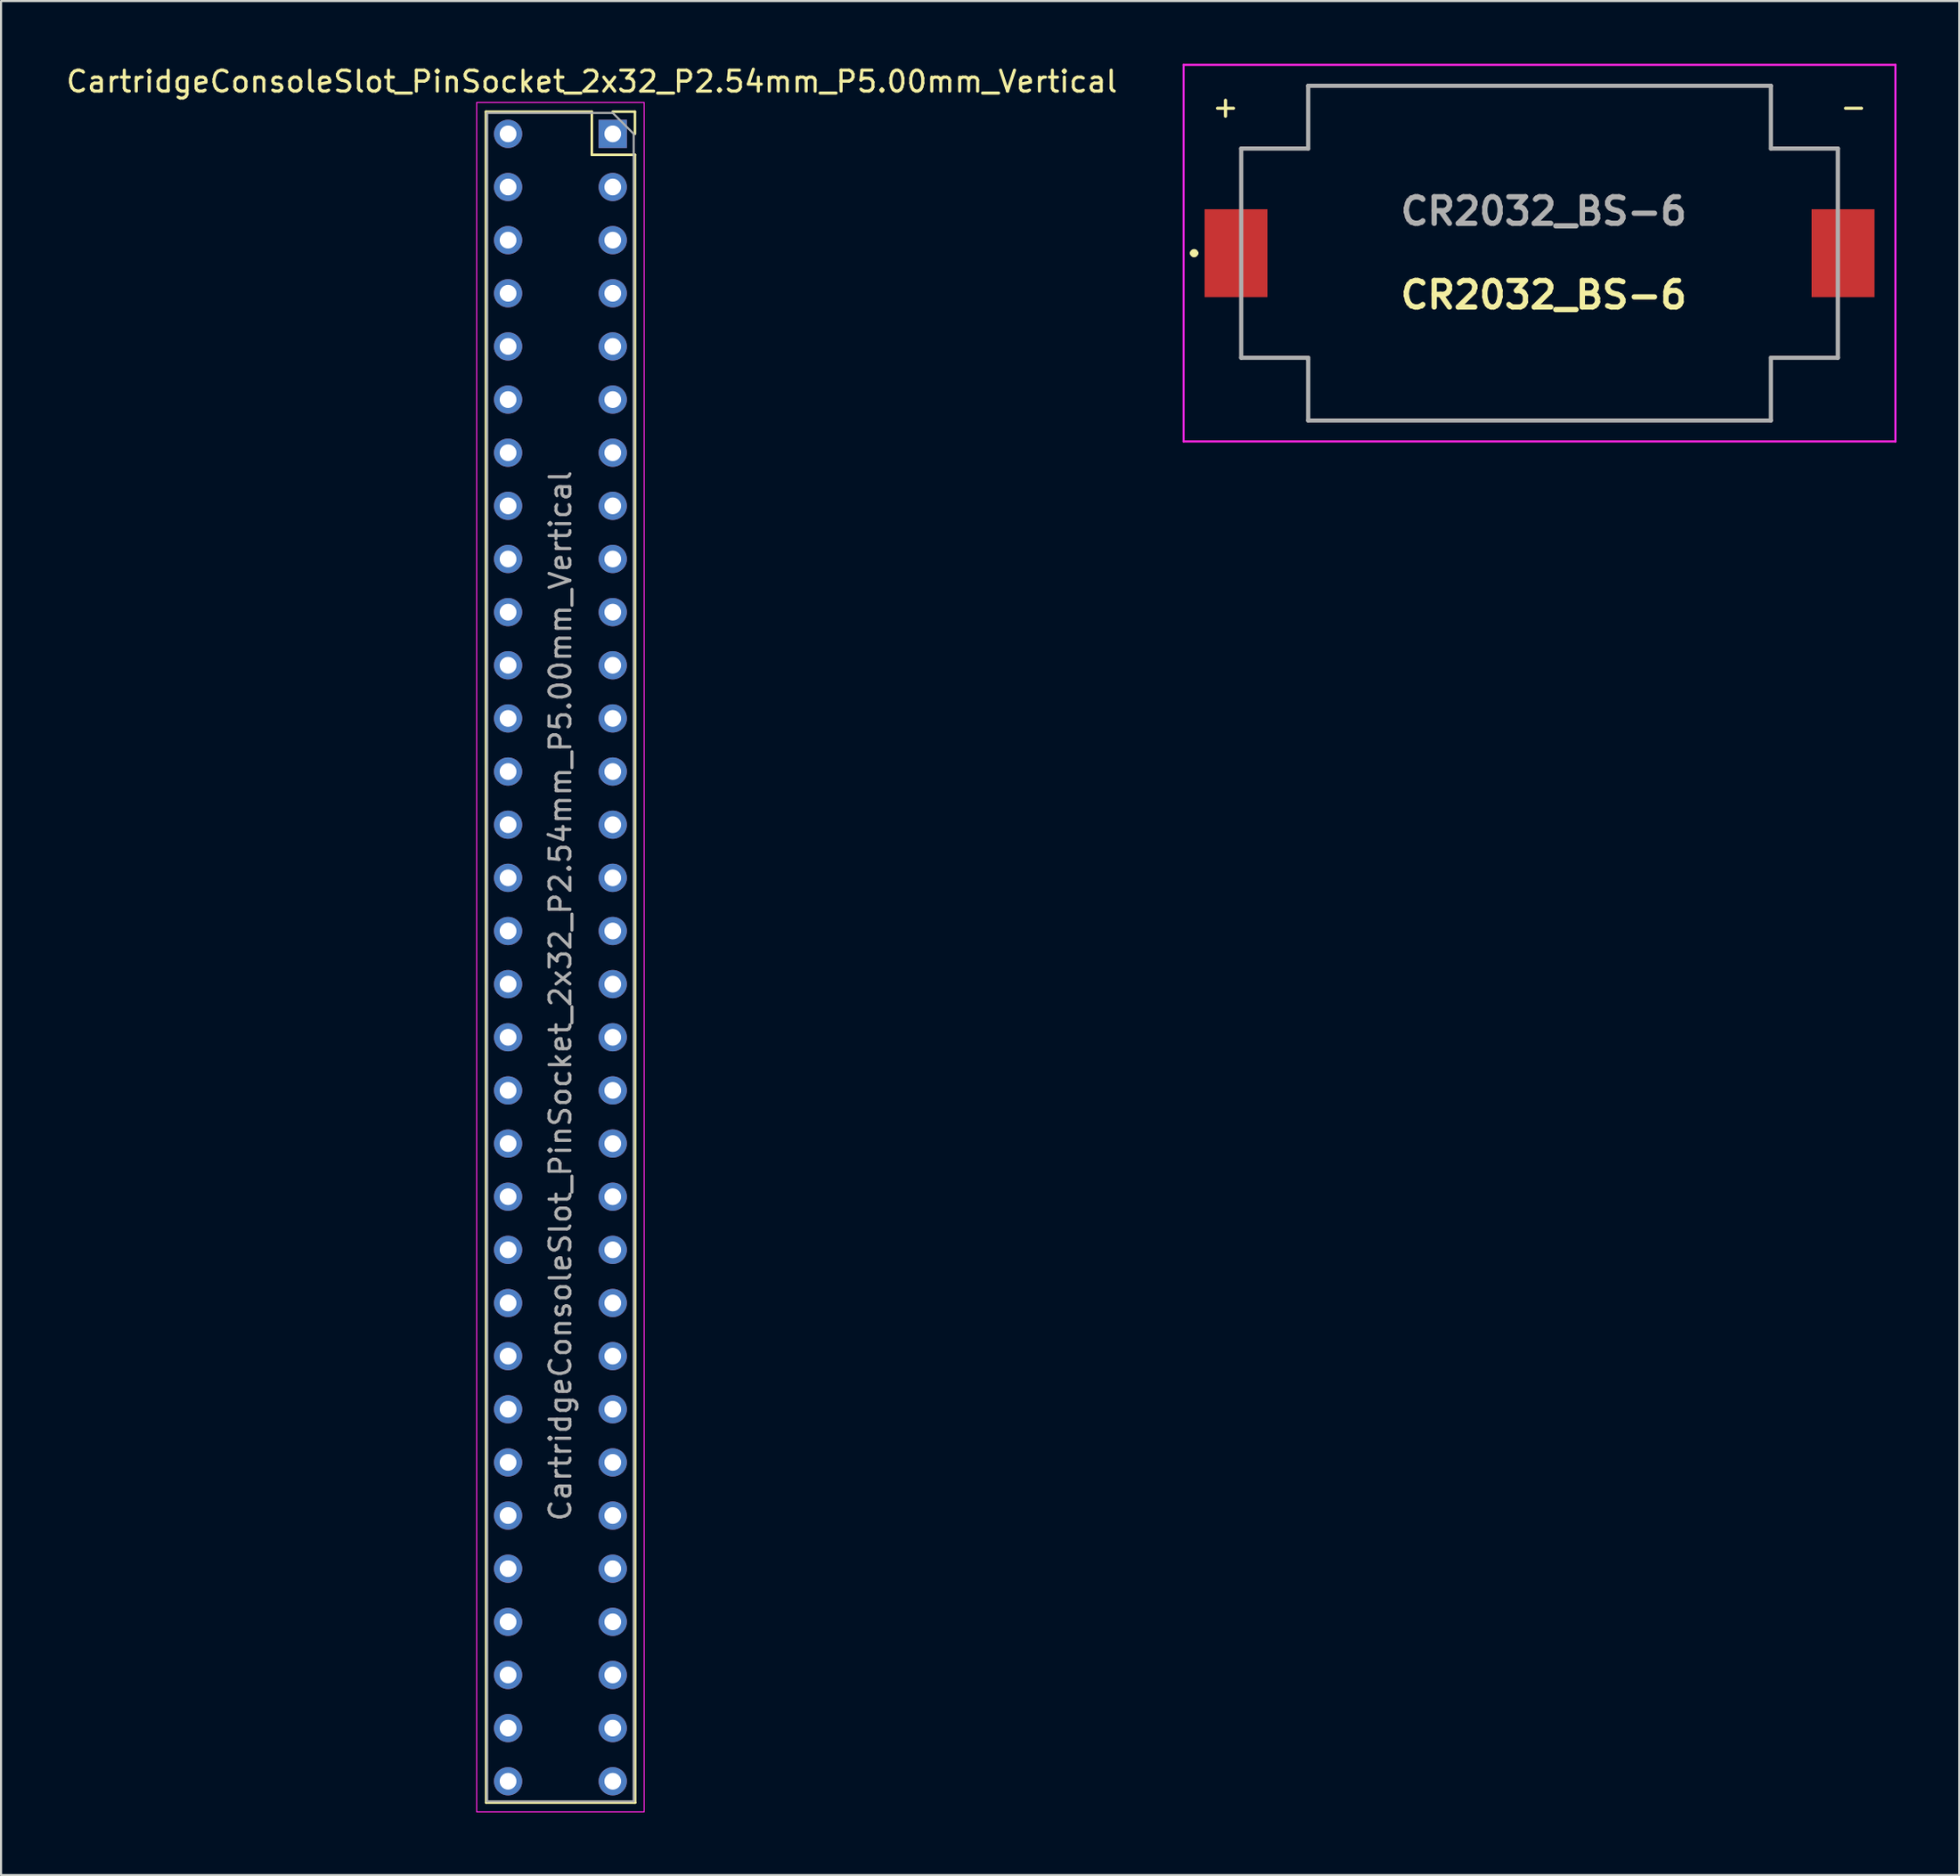
<source format=kicad_pcb>
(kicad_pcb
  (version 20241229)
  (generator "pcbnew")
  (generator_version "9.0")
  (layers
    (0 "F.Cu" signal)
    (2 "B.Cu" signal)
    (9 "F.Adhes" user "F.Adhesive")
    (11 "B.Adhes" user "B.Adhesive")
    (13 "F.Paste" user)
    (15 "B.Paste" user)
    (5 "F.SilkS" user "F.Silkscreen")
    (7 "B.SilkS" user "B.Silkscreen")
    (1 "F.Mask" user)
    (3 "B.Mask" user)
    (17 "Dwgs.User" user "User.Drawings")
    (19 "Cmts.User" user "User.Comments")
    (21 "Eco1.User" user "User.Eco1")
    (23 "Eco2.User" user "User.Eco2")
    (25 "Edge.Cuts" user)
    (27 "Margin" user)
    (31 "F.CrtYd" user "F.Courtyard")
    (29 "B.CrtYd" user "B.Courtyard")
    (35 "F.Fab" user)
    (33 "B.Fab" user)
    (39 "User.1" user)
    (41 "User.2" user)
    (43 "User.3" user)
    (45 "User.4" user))
  (footprint "CartridgeConsoleSlot_PinSocket_2x32_P2.54mm_P5.00mm_Vertical"
    (layer "F.Cu")
    (at 26.22 3.348)
    (property "Reference" "CartridgeConsoleSlot_PinSocket_2x32_P2.54mm_P5.00mm_Vertical" (at -1 -2.5 0) (layer "F.SilkS") (effects (font (size 1 1) (thickness 0.15))))
    (attr through_hole)
    (fp_line (start -6.06 -1.06) (end -6.05 79.76) (stroke (width 0.12) (type solid)) (layer "F.SilkS"))
    (fp_line (start -6.06 -1.06) (end -1 -1.06) (stroke (width 0.12) (type solid)) (layer "F.SilkS"))
    (fp_line (start -6.05 79.76) (end 1.07 79.76) (stroke (width 0.12) (type solid)) (layer "F.SilkS"))
    (fp_line (start -1 -1.06) (end -1 1) (stroke (width 0.12) (type solid)) (layer "F.SilkS"))
    (fp_line (start -1 1) (end 1.06 1) (stroke (width 0.12) (type solid)) (layer "F.SilkS"))
    (fp_line (start 0 -1.06) (end 1.06 -1.06) (stroke (width 0.12) (type solid)) (layer "F.SilkS"))
    (fp_line (start 1.06 -1.06) (end 1.06 0) (stroke (width 0.12) (type solid)) (layer "F.SilkS"))
    (fp_line (start 1.06 1) (end 1.07 79.76) (stroke (width 0.12) (type solid)) (layer "F.SilkS"))
    (fp_line (start -6.5 -1.5) (end 1.5 -1.5) (stroke (width 0.05) (type solid)) (layer "F.CrtYd"))
    (fp_line (start -6.5 80.2) (end -6.5 -1.5) (stroke (width 0.05) (type solid)) (layer "F.CrtYd"))
    (fp_line (start 1.5 -1.5) (end 1.5 80.2) (stroke (width 0.05) (type solid)) (layer "F.CrtYd"))
    (fp_line (start 1.5 80.2) (end -6.5 80.2) (stroke (width 0.05) (type solid)) (layer "F.CrtYd"))
    (fp_line (start -6 -1) (end 0 -1) (stroke (width 0.1) (type solid)) (layer "F.Fab"))
    (fp_line (start -6 79.7) (end -6 -1) (stroke (width 0.1) (type solid)) (layer "F.Fab"))
    (fp_line (start 0 -1) (end 1 0) (stroke (width 0.1) (type solid)) (layer "F.Fab"))
    (fp_line (start 1 0) (end 1 79.7) (stroke (width 0.1) (type solid)) (layer "F.Fab"))
    (fp_line (start 1 79.7) (end -6 79.7) (stroke (width 0.1) (type solid)) (layer "F.Fab"))
    (fp_text user "${REFERENCE}" (at -2.5 41.2 90) (layer "F.Fab") (effects (font (size 1 1) (thickness 0.15))))
    (pad "A1" thru_hole rect (at 0 0) (size 1.35 1.35) (drill 0.8) (layers "*.Cu" "*.Mask"))
    (pad "A2" thru_hole oval (at 0 2.54) (size 1.35 1.35) (drill 0.8) (layers "*.Cu" "*.Mask"))
    (pad "A3" thru_hole oval (at 0 5.08) (size 1.35 1.35) (drill 0.8) (layers "*.Cu" "*.Mask"))
    (pad "A4" thru_hole oval (at 0 7.62) (size 1.35 1.35) (drill 0.8) (layers "*.Cu" "*.Mask"))
    (pad "A5" thru_hole oval (at 0 10.16) (size 1.35 1.35) (drill 0.8) (layers "*.Cu" "*.Mask"))
    (pad "A6" thru_hole oval (at 0 12.7) (size 1.35 1.35) (drill 0.8) (layers "*.Cu" "*.Mask"))
    (pad "A7" thru_hole oval (at 0 15.24) (size 1.35 1.35) (drill 0.8) (layers "*.Cu" "*.Mask"))
    (pad "A8" thru_hole oval (at 0 17.78) (size 1.35 1.35) (drill 0.8) (layers "*.Cu" "*.Mask"))
    (pad "A9" thru_hole oval (at 0 20.32) (size 1.35 1.35) (drill 0.8) (layers "*.Cu" "*.Mask"))
    (pad "A10" thru_hole oval (at 0 22.86) (size 1.35 1.35) (drill 0.8) (layers "*.Cu" "*.Mask"))
    (pad "A11" thru_hole oval (at 0 25.4) (size 1.35 1.35) (drill 0.8) (layers "*.Cu" "*.Mask"))
    (pad "A12" thru_hole oval (at 0 27.94) (size 1.35 1.35) (drill 0.8) (layers "*.Cu" "*.Mask"))
    (pad "A13" thru_hole oval (at 0 30.48) (size 1.35 1.35) (drill 0.8) (layers "*.Cu" "*.Mask"))
    (pad "A14" thru_hole oval (at 0 33.02) (size 1.35 1.35) (drill 0.8) (layers "*.Cu" "*.Mask"))
    (pad "A15" thru_hole oval (at 0 35.56) (size 1.35 1.35) (drill 0.8) (layers "*.Cu" "*.Mask"))
    (pad "A16" thru_hole oval (at 0 38.1) (size 1.35 1.35) (drill 0.8) (layers "*.Cu" "*.Mask"))
    (pad "A17" thru_hole oval (at 0 40.64) (size 1.35 1.35) (drill 0.8) (layers "*.Cu" "*.Mask"))
    (pad "A18" thru_hole oval (at 0 43.18) (size 1.35 1.35) (drill 0.8) (layers "*.Cu" "*.Mask"))
    (pad "A19" thru_hole oval (at 0 45.72) (size 1.35 1.35) (drill 0.8) (layers "*.Cu" "*.Mask"))
    (pad "A20" thru_hole oval (at 0 48.26) (size 1.35 1.35) (drill 0.8) (layers "*.Cu" "*.Mask"))
    (pad "A21" thru_hole oval (at 0 50.8) (size 1.35 1.35) (drill 0.8) (layers "*.Cu" "*.Mask"))
    (pad "A22" thru_hole oval (at 0 53.34) (size 1.35 1.35) (drill 0.8) (layers "*.Cu" "*.Mask"))
    (pad "A23" thru_hole oval (at 0 55.88) (size 1.35 1.35) (drill 0.8) (layers "*.Cu" "*.Mask"))
    (pad "A24" thru_hole oval (at 0 58.42) (size 1.35 1.35) (drill 0.8) (layers "*.Cu" "*.Mask"))
    (pad "A25" thru_hole oval (at 0 60.96) (size 1.35 1.35) (drill 0.8) (layers "*.Cu" "*.Mask"))
    (pad "A26" thru_hole oval (at 0 63.5) (size 1.35 1.35) (drill 0.8) (layers "*.Cu" "*.Mask"))
    (pad "A27" thru_hole oval (at 0 66.04) (size 1.35 1.35) (drill 0.8) (layers "*.Cu" "*.Mask"))
    (pad "A28" thru_hole oval (at 0 68.58) (size 1.35 1.35) (drill 0.8) (layers "*.Cu" "*.Mask"))
    (pad "A29" thru_hole oval (at 0 71.12) (size 1.35 1.35) (drill 0.8) (layers "*.Cu" "*.Mask"))
    (pad "A30" thru_hole oval (at 0 73.66) (size 1.35 1.35) (drill 0.8) (layers "*.Cu" "*.Mask"))
    (pad "A31" thru_hole oval (at 0 76.2) (size 1.35 1.35) (drill 0.8) (layers "*.Cu" "*.Mask"))
    (pad "A32" thru_hole oval (at 0 78.74) (size 1.35 1.35) (drill 0.8) (layers "*.Cu" "*.Mask"))
    (pad "B1" thru_hole oval (at -5 0) (size 1.35 1.35) (drill 0.8) (layers "*.Cu" "*.Mask"))
    (pad "B2" thru_hole oval (at -5 2.54) (size 1.35 1.35) (drill 0.8) (layers "*.Cu" "*.Mask"))
    (pad "B3" thru_hole oval (at -5 5.08) (size 1.35 1.35) (drill 0.8) (layers "*.Cu" "*.Mask"))
    (pad "B4" thru_hole oval (at -5 7.62) (size 1.35 1.35) (drill 0.8) (layers "*.Cu" "*.Mask"))
    (pad "B5" thru_hole oval (at -5 10.16) (size 1.35 1.35) (drill 0.8) (layers "*.Cu" "*.Mask"))
    (pad "B6" thru_hole oval (at -5 12.7) (size 1.35 1.35) (drill 0.8) (layers "*.Cu" "*.Mask"))
    (pad "B7" thru_hole oval (at -5 15.24) (size 1.35 1.35) (drill 0.8) (layers "*.Cu" "*.Mask"))
    (pad "B8" thru_hole oval (at -5 17.78) (size 1.35 1.35) (drill 0.8) (layers "*.Cu" "*.Mask"))
    (pad "B9" thru_hole oval (at -5 20.32) (size 1.35 1.35) (drill 0.8) (layers "*.Cu" "*.Mask"))
    (pad "B10" thru_hole oval (at -5 22.86) (size 1.35 1.35) (drill 0.8) (layers "*.Cu" "*.Mask"))
    (pad "B11" thru_hole oval (at -5 25.4) (size 1.35 1.35) (drill 0.8) (layers "*.Cu" "*.Mask"))
    (pad "B12" thru_hole oval (at -5 27.94) (size 1.35 1.35) (drill 0.8) (layers "*.Cu" "*.Mask"))
    (pad "B13" thru_hole oval (at -5 30.48) (size 1.35 1.35) (drill 0.8) (layers "*.Cu" "*.Mask"))
    (pad "B14" thru_hole oval (at -5 33.02) (size 1.35 1.35) (drill 0.8) (layers "*.Cu" "*.Mask"))
    (pad "B15" thru_hole oval (at -5 35.56) (size 1.35 1.35) (drill 0.8) (layers "*.Cu" "*.Mask"))
    (pad "B16" thru_hole oval (at -5 38.1) (size 1.35 1.35) (drill 0.8) (layers "*.Cu" "*.Mask"))
    (pad "B17" thru_hole oval (at -5 40.64) (size 1.35 1.35) (drill 0.8) (layers "*.Cu" "*.Mask"))
    (pad "B18" thru_hole oval (at -5 43.18) (size 1.35 1.35) (drill 0.8) (layers "*.Cu" "*.Mask"))
    (pad "B19" thru_hole oval (at -5 45.72) (size 1.35 1.35) (drill 0.8) (layers "*.Cu" "*.Mask"))
    (pad "B20" thru_hole oval (at -5 48.26) (size 1.35 1.35) (drill 0.8) (layers "*.Cu" "*.Mask"))
    (pad "B21" thru_hole oval (at -5 50.8) (size 1.35 1.35) (drill 0.8) (layers "*.Cu" "*.Mask"))
    (pad "B22" thru_hole oval (at -5 53.34) (size 1.35 1.35) (drill 0.8) (layers "*.Cu" "*.Mask"))
    (pad "B23" thru_hole oval (at -5 55.88) (size 1.35 1.35) (drill 0.8) (layers "*.Cu" "*.Mask"))
    (pad "B24" thru_hole oval (at -5 58.42) (size 1.35 1.35) (drill 0.8) (layers "*.Cu" "*.Mask"))
    (pad "B25" thru_hole oval (at -5 60.96) (size 1.35 1.35) (drill 0.8) (layers "*.Cu" "*.Mask"))
    (pad "B26" thru_hole oval (at -5 63.5) (size 1.35 1.35) (drill 0.8) (layers "*.Cu" "*.Mask"))
    (pad "B27" thru_hole oval (at -5 66.04) (size 1.35 1.35) (drill 0.8) (layers "*.Cu" "*.Mask"))
    (pad "B28" thru_hole oval (at -5 68.58) (size 1.35 1.35) (drill 0.8) (layers "*.Cu" "*.Mask"))
    (pad "B29" thru_hole oval (at -5 71.12) (size 1.35 1.35) (drill 0.8) (layers "*.Cu" "*.Mask"))
    (pad "B30" thru_hole oval (at -5 73.66) (size 1.35 1.35) (drill 0.8) (layers "*.Cu" "*.Mask"))
    (pad "B31" thru_hole oval (at -5 76.2) (size 1.35 1.35) (drill 0.8) (layers "*.Cu" "*.Mask"))
    (pad "B32" thru_hole oval (at -5 78.74) (size 1.35 1.35) (drill 0.8) (layers "*.Cu" "*.Mask")))
  (footprint "CR2032_BS-6"
    (layer "F.Cu")
    (at 70.49 9.05)
    (property "Reference" "CR2032_BS-6" (at 0.2 2 180) (layer "F.SilkS") (effects (font (size 1.27 1.27) (thickness 0.254))))
    (attr smd)
    (fp_line (start -16.6 0) (end -16.6 0) (stroke (width 0.2) (type solid)) (layer "F.SilkS"))
    (fp_line (start -16.4 0) (end -16.4 0) (stroke (width 0.2) (type solid)) (layer "F.SilkS"))
    (fp_line (start -14.25 -5) (end -14.25 -2.54) (stroke (width 0.1) (type solid)) (layer "F.SilkS"))
    (fp_line (start -14.25 2.54) (end -14.25 5) (stroke (width 0.1) (type solid)) (layer "F.SilkS"))
    (fp_line (start -14.25 5) (end -11.05 5) (stroke (width 0.1) (type solid)) (layer "F.SilkS"))
    (fp_line (start -11.05 -8) (end -11.05 -5) (stroke (width 0.1) (type solid)) (layer "F.SilkS"))
    (fp_line (start -11.05 -5) (end -14.25 -5) (stroke (width 0.1) (type solid)) (layer "F.SilkS"))
    (fp_line (start -11.05 5) (end -11.05 8) (stroke (width 0.1) (type solid)) (layer "F.SilkS"))
    (fp_line (start -11.05 8) (end 11.05 8) (stroke (width 0.1) (type solid)) (layer "F.SilkS"))
    (fp_line (start 11.05 -8) (end -11.05 -8) (stroke (width 0.1) (type solid)) (layer "F.SilkS"))
    (fp_line (start 11.05 -5) (end 11.05 -8) (stroke (width 0.1) (type solid)) (layer "F.SilkS"))
    (fp_line (start 11.05 5) (end 14.25 5) (stroke (width 0.1) (type solid)) (layer "F.SilkS"))
    (fp_line (start 11.05 5.08) (end 11.05 5) (stroke (width 0.1) (type solid)) (layer "F.SilkS"))
    (fp_line (start 11.05 8) (end 11.05 5.08) (stroke (width 0.1) (type solid)) (layer "F.SilkS"))
    (fp_line (start 14.25 -5) (end 11.05 -5) (stroke (width 0.1) (type solid)) (layer "F.SilkS"))
    (fp_line (start 14.25 -2.54) (end 14.25 -5) (stroke (width 0.1) (type solid)) (layer "F.SilkS"))
    (fp_line (start 14.25 5) (end 14.25 2.54) (stroke (width 0.1) (type solid)) (layer "F.SilkS"))
    (fp_arc (start -16.6 0) (mid -16.5 -0.1) (end -16.4 0) (stroke (width 0.2) (type solid)) (layer "F.SilkS"))
    (fp_arc (start -16.4 0) (mid -16.5 0.1) (end -16.6 0) (stroke (width 0.2) (type solid)) (layer "F.SilkS"))
    (fp_line (start -17 -9) (end 17 -9) (stroke (width 0.1) (type solid)) (layer "F.CrtYd"))
    (fp_line (start -17 9) (end -17 -9) (stroke (width 0.1) (type solid)) (layer "F.CrtYd"))
    (fp_line (start 17 -9) (end 17 9) (stroke (width 0.1) (type solid)) (layer "F.CrtYd"))
    (fp_line (start 17 9) (end -17 9) (stroke (width 0.1) (type solid)) (layer "F.CrtYd"))
    (fp_line (start -14.25 -5) (end -11.05 -5) (stroke (width 0.2) (type solid)) (layer "F.Fab"))
    (fp_line (start -14.25 5) (end -14.25 -5) (stroke (width 0.2) (type solid)) (layer "F.Fab"))
    (fp_line (start -11.05 -8) (end 11.05 -8) (stroke (width 0.2) (type solid)) (layer "F.Fab"))
    (fp_line (start -11.05 -5) (end -11.05 -8) (stroke (width 0.2) (type solid)) (layer "F.Fab"))
    (fp_line (start -11.05 5) (end -14.25 5) (stroke (width 0.2) (type solid)) (layer "F.Fab"))
    (fp_line (start -11.05 5.08) (end -11.05 5) (stroke (width 0.2) (type solid)) (layer "F.Fab"))
    (fp_line (start -11.05 8) (end -11.05 5.08) (stroke (width 0.2) (type solid)) (layer "F.Fab"))
    (fp_line (start 11.05 -8) (end 11.05 -5) (stroke (width 0.2) (type solid)) (layer "F.Fab"))
    (fp_line (start 11.05 -5) (end 14.25 -5) (stroke (width 0.2) (type solid)) (layer "F.Fab"))
    (fp_line (start 11.05 5) (end 11.05 8) (stroke (width 0.2) (type solid)) (layer "F.Fab"))
    (fp_line (start 11.05 8) (end -11.05 8) (stroke (width 0.2) (type solid)) (layer "F.Fab"))
    (fp_line (start 14.25 -5) (end 14.25 5) (stroke (width 0.2) (type solid)) (layer "F.Fab"))
    (fp_line (start 14.25 5) (end 11.05 5) (stroke (width 0.2) (type solid)) (layer "F.Fab"))
    (fp_text user "+" (at -15 -7 0) (layer "F.SilkS") (effects (font (size 1 1) (thickness 0.15))))
    (fp_text user "-" (at 15 -7 0) (layer "F.SilkS") (effects (font (size 1 1) (thickness 0.15))))
    (fp_text user "${REFERENCE}" (at 0.2 -2 180) (layer "F.Fab") (effects (font (size 1.27 1.27) (thickness 0.254))))
    (pad "1" smd rect (at -14.5 0 180) (size 3 4.2) (layers "F.Cu" "F.Mask" "F.Paste"))
    (pad "2" smd rect (at 14.5 0 180) (size 3 4.2) (layers "F.Cu" "F.Mask" "F.Paste")))
  (gr_rect
    (start -3 -3)
    (end 90.54 86.573)
    (stroke (width 0.1) (type default))
    (fill no)
    (layer "Edge.Cuts")))
</source>
